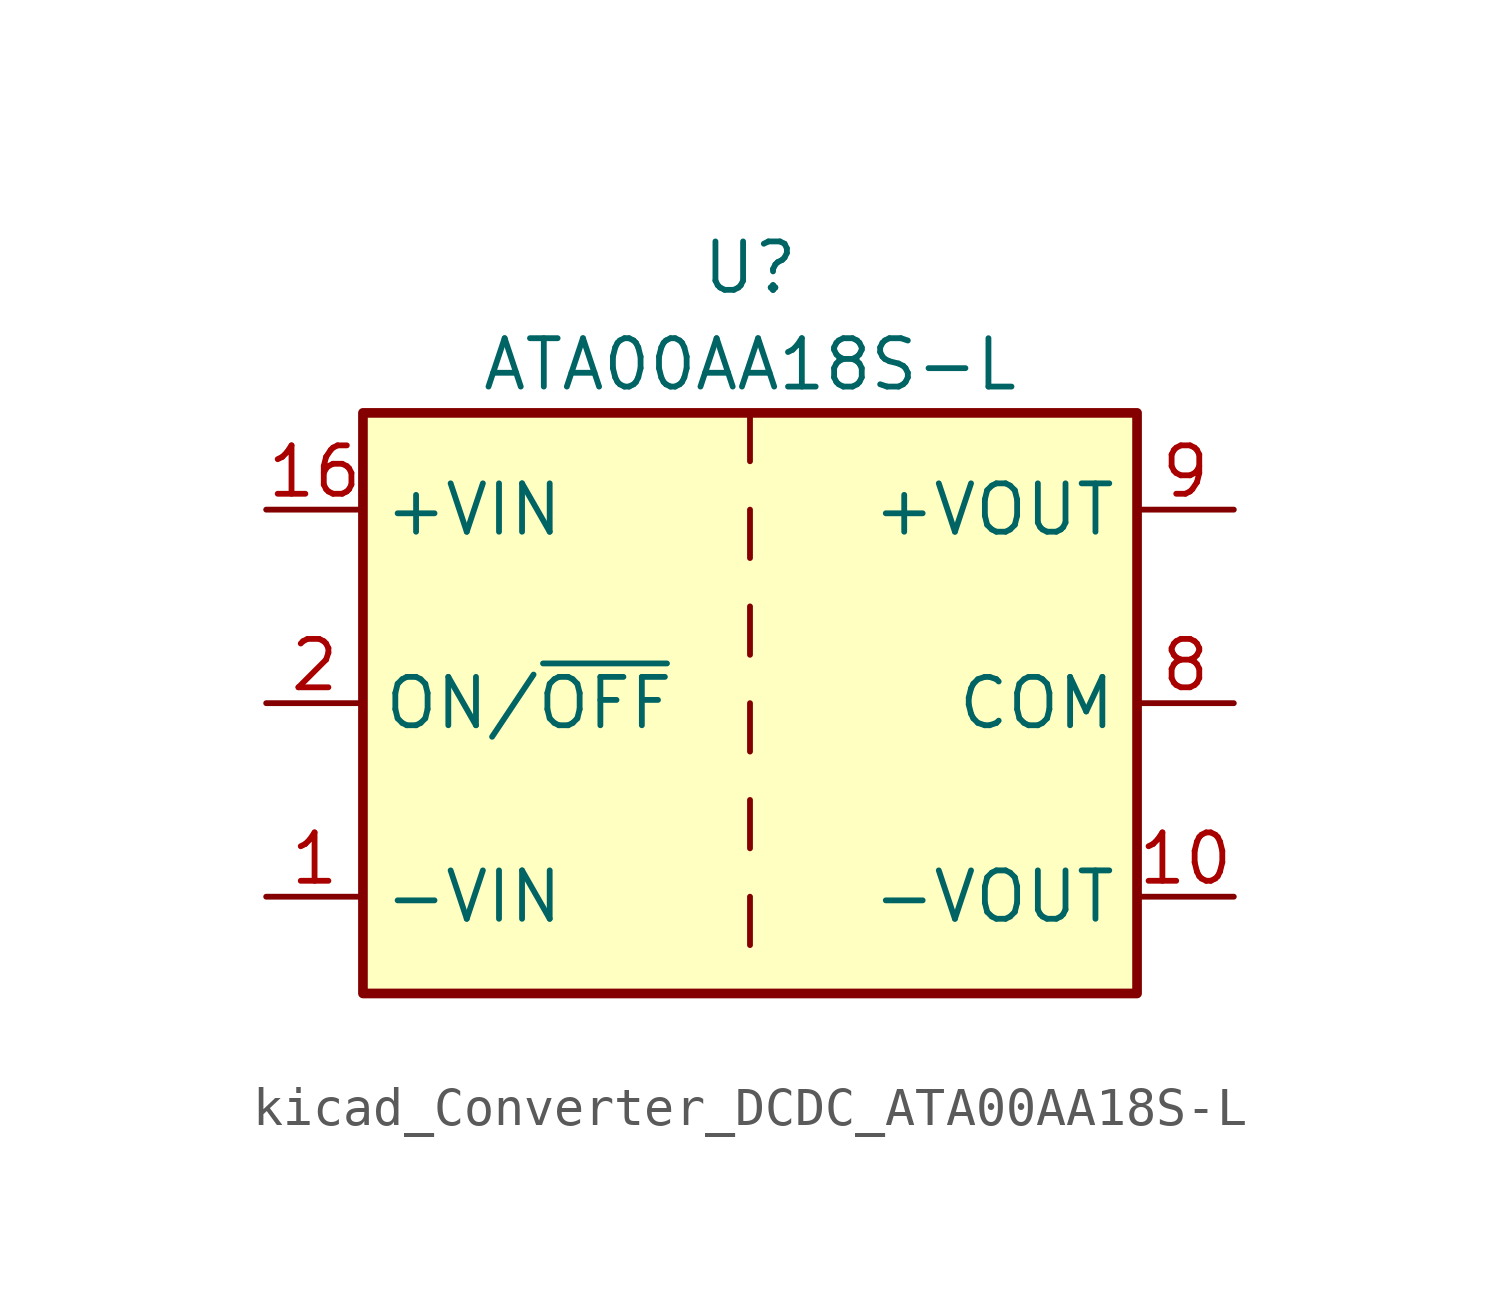
<source format=kicad_sym>
(kicad_symbol_lib
  (version 20220914)
  (generator kicad_symbol_editor)
  (symbol "kicad_Converter_DCDC_ATA00AA18S-L"
    (property "Reference" "U"
      (at 0 11.43 0)
      (effects (font (size 1.27 1.27))))
    (property "Value" "ATA00AA18S-L"
      (at 0 8.89 0)
      (effects (font (size 1.27 1.27))))
    (symbol "kicad_Converter_DCDC_ATA00AA18S-L_0_1"
      (rectangle (start -10.16 7.62) (end 10.16 -7.62) (stroke (width 0.254) (type default)) (fill (type background)))
      (polyline (pts (xy 0 -5.08) (xy 0 -6.35)) (stroke (width 0) (type default)) (fill (type none)))
      (polyline (pts (xy 0 -2.54) (xy 0 -3.81)) (stroke (width 0) (type default)) (fill (type none)))
      (polyline (pts (xy 0 0) (xy 0 -1.27)) (stroke (width 0) (type default)) (fill (type none)))
      (polyline (pts (xy 0 2.54) (xy 0 1.27)) (stroke (width 0) (type default)) (fill (type none)))
      (polyline (pts (xy 0 5.08) (xy 0 3.81)) (stroke (width 0) (type default)) (fill (type none)))
      (polyline (pts (xy 0 7.62) (xy 0 6.35)) (stroke (width 0) (type default)) (fill (type none))))
    (symbol "kicad_Converter_DCDC_ATA00AA18S-L_1_1"
      (pin power_in line (at -12.7 -5.08 0) (length 2.54) (name "-VIN" (effects (font (size 1.27 1.27)))) (number "1" (effects (font (size 1.27 1.27)))))
      (pin power_out line (at 12.7 -5.08 180) (length 2.54) (name "-VOUT" (effects (font (size 1.27 1.27)))) (number "10" (effects (font (size 1.27 1.27)))))
      (pin power_in line (at -12.7 5.08 0) (length 2.54) (name "+VIN" (effects (font (size 1.27 1.27)))) (number "16" (effects (font (size 1.27 1.27)))))
      (pin input line (at -12.7 0 0) (length 2.54) (name "ON/~{OFF}" (effects (font (size 1.27 1.27)))) (number "2" (effects (font (size 1.27 1.27)))))
      (pin no_connect line (at 10.16 2.54 180) (length 2.54) hide (name "NC" (effects (font (size 1.27 1.27)))) (number "7" (effects (font (size 1.27 1.27)))))
      (pin power_out line (at 12.7 0 180) (length 2.54) (name "COM" (effects (font (size 1.27 1.27)))) (number "8" (effects (font (size 1.27 1.27)))))
      (pin power_out line (at 12.7 5.08 180) (length 2.54) (name "+VOUT" (effects (font (size 1.27 1.27)))) (number "9" (effects (font (size 1.27 1.27))))))))
</source>
